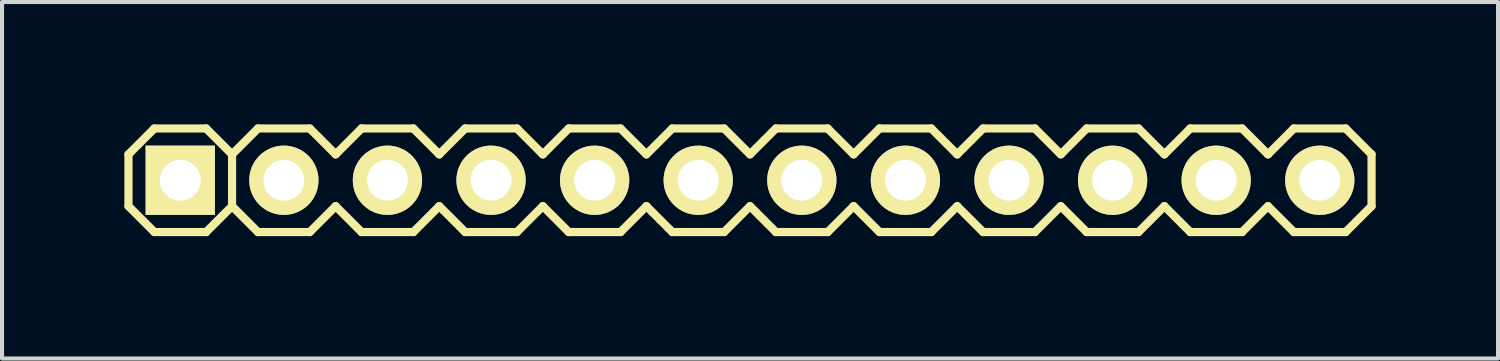
<source format=kicad_pcb>
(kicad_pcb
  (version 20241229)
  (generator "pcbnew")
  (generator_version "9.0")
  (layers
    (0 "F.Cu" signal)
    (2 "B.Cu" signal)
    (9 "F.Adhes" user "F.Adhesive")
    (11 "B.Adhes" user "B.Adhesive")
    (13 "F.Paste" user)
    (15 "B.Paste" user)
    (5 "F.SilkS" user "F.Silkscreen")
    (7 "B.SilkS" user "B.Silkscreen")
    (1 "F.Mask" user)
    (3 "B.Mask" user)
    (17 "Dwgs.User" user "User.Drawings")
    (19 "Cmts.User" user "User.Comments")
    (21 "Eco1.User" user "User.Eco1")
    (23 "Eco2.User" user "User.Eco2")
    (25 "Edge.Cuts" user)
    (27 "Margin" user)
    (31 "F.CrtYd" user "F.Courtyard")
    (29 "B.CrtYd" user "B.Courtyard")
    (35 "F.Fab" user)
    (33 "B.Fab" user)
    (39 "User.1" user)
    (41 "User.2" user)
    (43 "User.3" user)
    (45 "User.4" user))
  (footprint "1X12"
    (layer "F.Cu")
    (at 1.37 1.37)
    (property "Reference" "1X12" (at 0.127 0 0) (layer "Eco1.User") (effects (font (size 0.6 0.6) (thickness 0.1))))
    (attr through_hole)
    (fp_line (start -1.27 -0.635) (end -0.635 -1.27) (stroke (width 0.201) (type solid)) (layer "F.SilkS"))
    (fp_line (start -1.27 0.635) (end -1.27 -0.635) (stroke (width 0.201) (type solid)) (layer "F.SilkS"))
    (fp_line (start -0.635 -1.27) (end 0.635 -1.27) (stroke (width 0.201) (type solid)) (layer "F.SilkS"))
    (fp_line (start -0.635 1.27) (end -1.27 0.635) (stroke (width 0.201) (type solid)) (layer "F.SilkS"))
    (fp_line (start 0.635 -1.27) (end 1.27 -0.635) (stroke (width 0.201) (type solid)) (layer "F.SilkS"))
    (fp_line (start 0.635 1.27) (end -0.635 1.27) (stroke (width 0.201) (type solid)) (layer "F.SilkS"))
    (fp_line (start 1.27 -0.635) (end 1.27 0.635) (stroke (width 0.201) (type solid)) (layer "F.SilkS"))
    (fp_line (start 1.27 -0.635) (end 1.905 -1.27) (stroke (width 0.201) (type solid)) (layer "F.SilkS"))
    (fp_line (start 1.27 0.635) (end 0.635 1.27) (stroke (width 0.201) (type solid)) (layer "F.SilkS"))
    (fp_line (start 1.905 -1.27) (end 3.175 -1.27) (stroke (width 0.201) (type solid)) (layer "F.SilkS"))
    (fp_line (start 1.905 1.27) (end 1.27 0.635) (stroke (width 0.201) (type solid)) (layer "F.SilkS"))
    (fp_line (start 3.175 -1.27) (end 3.81 -0.635) (stroke (width 0.201) (type solid)) (layer "F.SilkS"))
    (fp_line (start 3.175 1.27) (end 1.905 1.27) (stroke (width 0.201) (type solid)) (layer "F.SilkS"))
    (fp_line (start 3.81 -0.635) (end 4.445 -1.27) (stroke (width 0.201) (type solid)) (layer "F.SilkS"))
    (fp_line (start 3.81 0.635) (end 3.175 1.27) (stroke (width 0.201) (type solid)) (layer "F.SilkS"))
    (fp_line (start 4.445 -1.27) (end 5.715 -1.27) (stroke (width 0.201) (type solid)) (layer "F.SilkS"))
    (fp_line (start 4.445 1.27) (end 3.81 0.635) (stroke (width 0.201) (type solid)) (layer "F.SilkS"))
    (fp_line (start 5.715 -1.27) (end 6.35 -0.635) (stroke (width 0.201) (type solid)) (layer "F.SilkS"))
    (fp_line (start 5.715 1.27) (end 4.445 1.27) (stroke (width 0.201) (type solid)) (layer "F.SilkS"))
    (fp_line (start 6.35 -0.635) (end 6.985 -1.27) (stroke (width 0.201) (type solid)) (layer "F.SilkS"))
    (fp_line (start 6.35 0.635) (end 5.715 1.27) (stroke (width 0.201) (type solid)) (layer "F.SilkS"))
    (fp_line (start 6.985 -1.27) (end 8.255 -1.27) (stroke (width 0.201) (type solid)) (layer "F.SilkS"))
    (fp_line (start 6.985 1.27) (end 6.35 0.635) (stroke (width 0.201) (type solid)) (layer "F.SilkS"))
    (fp_line (start 8.255 -1.27) (end 8.89 -0.635) (stroke (width 0.201) (type solid)) (layer "F.SilkS"))
    (fp_line (start 8.255 1.27) (end 6.985 1.27) (stroke (width 0.201) (type solid)) (layer "F.SilkS"))
    (fp_line (start 8.89 -0.635) (end 9.525 -1.27) (stroke (width 0.201) (type solid)) (layer "F.SilkS"))
    (fp_line (start 8.89 0.635) (end 8.255 1.27) (stroke (width 0.201) (type solid)) (layer "F.SilkS"))
    (fp_line (start 9.525 -1.27) (end 10.795 -1.27) (stroke (width 0.201) (type solid)) (layer "F.SilkS"))
    (fp_line (start 9.525 1.27) (end 8.89 0.635) (stroke (width 0.201) (type solid)) (layer "F.SilkS"))
    (fp_line (start 10.795 -1.27) (end 11.43 -0.635) (stroke (width 0.201) (type solid)) (layer "F.SilkS"))
    (fp_line (start 10.795 1.27) (end 9.525 1.27) (stroke (width 0.201) (type solid)) (layer "F.SilkS"))
    (fp_line (start 11.43 -0.635) (end 12.065 -1.27) (stroke (width 0.201) (type solid)) (layer "F.SilkS"))
    (fp_line (start 11.43 0.635) (end 10.795 1.27) (stroke (width 0.201) (type solid)) (layer "F.SilkS"))
    (fp_line (start 12.065 -1.27) (end 13.335 -1.27) (stroke (width 0.201) (type solid)) (layer "F.SilkS"))
    (fp_line (start 12.065 1.27) (end 11.43 0.635) (stroke (width 0.201) (type solid)) (layer "F.SilkS"))
    (fp_line (start 13.335 -1.27) (end 13.97 -0.635) (stroke (width 0.201) (type solid)) (layer "F.SilkS"))
    (fp_line (start 13.335 1.27) (end 12.065 1.27) (stroke (width 0.201) (type solid)) (layer "F.SilkS"))
    (fp_line (start 13.97 -0.635) (end 14.605 -1.27) (stroke (width 0.201) (type solid)) (layer "F.SilkS"))
    (fp_line (start 13.97 0.635) (end 13.335 1.27) (stroke (width 0.201) (type solid)) (layer "F.SilkS"))
    (fp_line (start 14.605 -1.27) (end 15.875 -1.27) (stroke (width 0.201) (type solid)) (layer "F.SilkS"))
    (fp_line (start 14.605 1.27) (end 13.97 0.635) (stroke (width 0.201) (type solid)) (layer "F.SilkS"))
    (fp_line (start 15.875 -1.27) (end 16.51 -0.635) (stroke (width 0.201) (type solid)) (layer "F.SilkS"))
    (fp_line (start 15.875 1.27) (end 14.605 1.27) (stroke (width 0.201) (type solid)) (layer "F.SilkS"))
    (fp_line (start 16.51 -0.635) (end 17.145 -1.27) (stroke (width 0.201) (type solid)) (layer "F.SilkS"))
    (fp_line (start 16.51 0.635) (end 15.875 1.27) (stroke (width 0.201) (type solid)) (layer "F.SilkS"))
    (fp_line (start 17.145 -1.27) (end 18.415 -1.27) (stroke (width 0.201) (type solid)) (layer "F.SilkS"))
    (fp_line (start 17.145 1.27) (end 16.51 0.635) (stroke (width 0.201) (type solid)) (layer "F.SilkS"))
    (fp_line (start 18.415 -1.27) (end 19.05 -0.635) (stroke (width 0.201) (type solid)) (layer "F.SilkS"))
    (fp_line (start 18.415 1.27) (end 17.145 1.27) (stroke (width 0.201) (type solid)) (layer "F.SilkS"))
    (fp_line (start 19.05 -0.635) (end 19.685 -1.27) (stroke (width 0.201) (type solid)) (layer "F.SilkS"))
    (fp_line (start 19.05 0.635) (end 18.415 1.27) (stroke (width 0.201) (type solid)) (layer "F.SilkS"))
    (fp_line (start 19.685 -1.27) (end 20.955 -1.27) (stroke (width 0.201) (type solid)) (layer "F.SilkS"))
    (fp_line (start 19.685 1.27) (end 19.05 0.635) (stroke (width 0.201) (type solid)) (layer "F.SilkS"))
    (fp_line (start 20.955 -1.27) (end 21.59 -0.635) (stroke (width 0.201) (type solid)) (layer "F.SilkS"))
    (fp_line (start 20.955 1.27) (end 19.685 1.27) (stroke (width 0.201) (type solid)) (layer "F.SilkS"))
    (fp_line (start 21.59 -0.635) (end 22.225 -1.27) (stroke (width 0.201) (type solid)) (layer "F.SilkS"))
    (fp_line (start 21.59 0.635) (end 20.955 1.27) (stroke (width 0.201) (type solid)) (layer "F.SilkS"))
    (fp_line (start 22.225 -1.27) (end 23.495 -1.27) (stroke (width 0.201) (type solid)) (layer "F.SilkS"))
    (fp_line (start 22.225 1.27) (end 21.59 0.635) (stroke (width 0.201) (type solid)) (layer "F.SilkS"))
    (fp_line (start 23.495 -1.27) (end 24.13 -0.635) (stroke (width 0.201) (type solid)) (layer "F.SilkS"))
    (fp_line (start 23.495 1.27) (end 22.225 1.27) (stroke (width 0.201) (type solid)) (layer "F.SilkS"))
    (fp_line (start 24.13 -0.635) (end 24.765 -1.27) (stroke (width 0.201) (type solid)) (layer "F.SilkS"))
    (fp_line (start 24.13 0.635) (end 23.495 1.27) (stroke (width 0.201) (type solid)) (layer "F.SilkS"))
    (fp_line (start 24.765 -1.27) (end 26.035 -1.27) (stroke (width 0.201) (type solid)) (layer "F.SilkS"))
    (fp_line (start 24.765 1.27) (end 24.13 0.635) (stroke (width 0.201) (type solid)) (layer "F.SilkS"))
    (fp_line (start 26.035 -1.27) (end 26.67 -0.635) (stroke (width 0.201) (type solid)) (layer "F.SilkS"))
    (fp_line (start 26.035 1.27) (end 24.765 1.27) (stroke (width 0.201) (type solid)) (layer "F.SilkS"))
    (fp_line (start 26.67 -0.635) (end 27.305 -1.27) (stroke (width 0.201) (type solid)) (layer "F.SilkS"))
    (fp_line (start 26.67 0.635) (end 26.035 1.27) (stroke (width 0.201) (type solid)) (layer "F.SilkS"))
    (fp_line (start 27.305 -1.27) (end 28.575 -1.27) (stroke (width 0.201) (type solid)) (layer "F.SilkS"))
    (fp_line (start 27.305 1.27) (end 26.67 0.635) (stroke (width 0.201) (type solid)) (layer "F.SilkS"))
    (fp_line (start 28.575 -1.27) (end 29.21 -0.635) (stroke (width 0.201) (type solid)) (layer "F.SilkS"))
    (fp_line (start 28.575 1.27) (end 27.305 1.27) (stroke (width 0.201) (type solid)) (layer "F.SilkS"))
    (fp_line (start 29.21 -0.635) (end 29.21 0.635) (stroke (width 0.201) (type solid)) (layer "F.SilkS"))
    (fp_line (start 29.21 0.635) (end 28.575 1.27) (stroke (width 0.201) (type solid)) (layer "F.SilkS"))
    (pad "1" thru_hole rect (at 0 0) (size 1.699 1.699) (drill 1.001) (layers "*.Cu" "*.Mask" "F.SilkS"))
    (pad "2" thru_hole circle (at 2.54 0) (size 1.699 1.699) (drill 1.001) (layers "*.Cu" "*.Mask" "F.SilkS"))
    (pad "3" thru_hole circle (at 5.08 0) (size 1.699 1.699) (drill 1.001) (layers "*.Cu" "*.Mask" "F.SilkS"))
    (pad "4" thru_hole circle (at 7.62 0) (size 1.699 1.699) (drill 1.001) (layers "*.Cu" "*.Mask" "F.SilkS"))
    (pad "5" thru_hole circle (at 10.16 0) (size 1.699 1.699) (drill 1.001) (layers "*.Cu" "*.Mask" "F.SilkS"))
    (pad "6" thru_hole circle (at 12.7 0) (size 1.699 1.699) (drill 1.001) (layers "*.Cu" "*.Mask" "F.SilkS"))
    (pad "7" thru_hole circle (at 15.24 0) (size 1.699 1.699) (drill 1.001) (layers "*.Cu" "*.Mask" "F.SilkS"))
    (pad "8" thru_hole circle (at 17.78 0) (size 1.699 1.699) (drill 1.001) (layers "*.Cu" "*.Mask" "F.SilkS"))
    (pad "9" thru_hole circle (at 20.32 0) (size 1.699 1.699) (drill 1.001) (layers "*.Cu" "*.Mask" "F.SilkS"))
    (pad "10" thru_hole circle (at 22.86 0) (size 1.699 1.699) (drill 1.001) (layers "*.Cu" "*.Mask" "F.SilkS"))
    (pad "11" thru_hole circle (at 25.4 0) (size 1.699 1.699) (drill 1.001) (layers "*.Cu" "*.Mask" "F.SilkS"))
    (pad "12" thru_hole circle (at 27.94 0) (size 1.699 1.699) (drill 1.001) (layers "*.Cu" "*.Mask" "F.SilkS")))
  (gr_rect
    (start -3 -3)
    (end 33.681 5.741)
    (stroke (width 0.1) (type default))
    (fill no)
    (layer "Edge.Cuts")))
</source>
